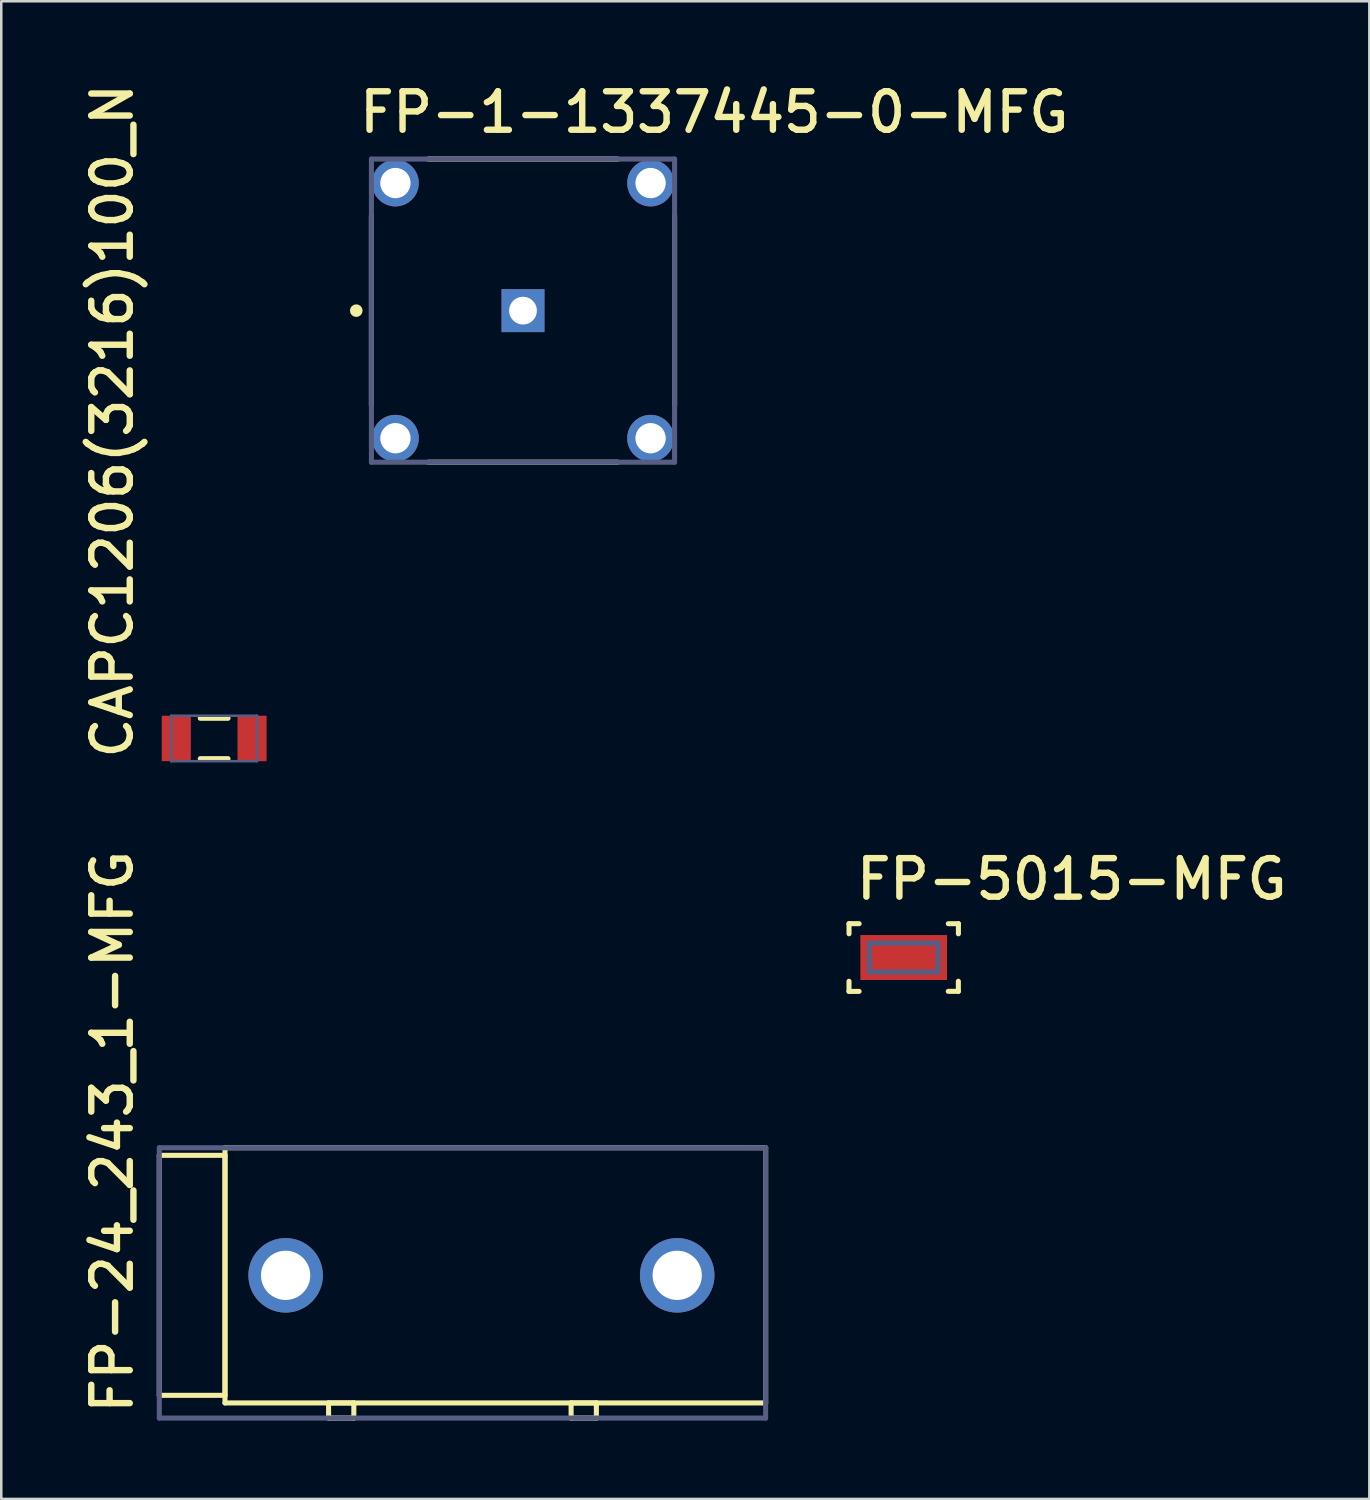
<source format=kicad_pcb>
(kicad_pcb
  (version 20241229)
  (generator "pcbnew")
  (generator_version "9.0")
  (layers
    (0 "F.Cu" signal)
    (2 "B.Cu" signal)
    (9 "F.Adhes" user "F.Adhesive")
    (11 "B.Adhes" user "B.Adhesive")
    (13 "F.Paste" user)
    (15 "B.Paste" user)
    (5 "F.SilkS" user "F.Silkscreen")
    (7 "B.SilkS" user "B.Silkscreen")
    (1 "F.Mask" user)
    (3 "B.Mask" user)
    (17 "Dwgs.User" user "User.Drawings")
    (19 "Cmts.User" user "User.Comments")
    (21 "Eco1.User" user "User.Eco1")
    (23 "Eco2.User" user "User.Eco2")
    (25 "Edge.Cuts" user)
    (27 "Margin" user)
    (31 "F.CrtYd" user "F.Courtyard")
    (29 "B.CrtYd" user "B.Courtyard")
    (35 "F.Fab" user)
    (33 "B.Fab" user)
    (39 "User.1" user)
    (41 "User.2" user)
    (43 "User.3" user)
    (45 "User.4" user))
  (footprint "FP-5015-MFG"
    (layer "F.Cu")
    (at 32.721 34.852)
    (property "Reference" "FP-5015-MFG" (at -2.007 -2.21 0) (unlocked yes) (layer "F.SilkS") (effects (font (size 1.524 1.524) (thickness 0.254)) (justify left bottom)))
    (fp_line (start -2.165 1.34) (end -2.165 0.94) (stroke (width 0.2) (type solid)) (layer "F.SilkS"))
    (fp_line (start -2.165 1.34) (end -1.765 1.34) (stroke (width 0.2) (type solid)) (layer "F.SilkS"))
    (fp_line (start -2.164 -1.34) (end -1.764 -1.34) (stroke (width 0.2) (type solid)) (layer "F.SilkS"))
    (fp_line (start -2.164 -0.94) (end -2.164 -1.34) (stroke (width 0.2) (type solid)) (layer "F.SilkS"))
    (fp_line (start 1.764 1.339) (end 2.164 1.339) (stroke (width 0.2) (type solid)) (layer "F.SilkS"))
    (fp_line (start 1.766 -1.339) (end 2.166 -1.339) (stroke (width 0.2) (type solid)) (layer "F.SilkS"))
    (fp_line (start 2.164 1.339) (end 2.164 0.939) (stroke (width 0.2) (type solid)) (layer "F.SilkS"))
    (fp_line (start 2.166 -0.939) (end 2.166 -1.339) (stroke (width 0.2) (type solid)) (layer "F.SilkS"))
    (fp_line (start -1.815 -0.99) (end 1.815 -0.99) (stroke (width 0.2) (type solid)) (layer "Eco1.User"))
    (fp_line (start -1.815 0.99) (end -1.815 -0.99) (stroke (width 0.2) (type solid)) (layer "Eco1.User"))
    (fp_line (start -1.815 0.99) (end 1.815 0.99) (stroke (width 0.2) (type solid)) (layer "Eco1.User"))
    (fp_line (start -0.5 0) (end 0.5 0) (stroke (width 0.1) (type solid)) (layer "Eco1.User"))
    (fp_line (start 0 0.5) (end 0 -0.5) (stroke (width 0.1) (type solid)) (layer "Eco1.User"))
    (fp_line (start 1.815 0.99) (end 1.815 -0.99) (stroke (width 0.2) (type solid)) (layer "Eco1.User"))
    (fp_line (start -1.359 -0.572) (end 1.359 -0.572) (stroke (width 0.2) (type solid)) (layer "B.Fab"))
    (fp_line (start -1.359 0.572) (end -1.359 -0.572) (stroke (width 0.2) (type solid)) (layer "B.Fab"))
    (fp_line (start -1.359 0.572) (end 1.359 0.572) (stroke (width 0.2) (type solid)) (layer "B.Fab"))
    (fp_line (start 1.359 0.572) (end 1.359 -0.572) (stroke (width 0.2) (type solid)) (layer "B.Fab"))
    (fp_line (start -1.815 -0.99) (end 1.815 -0.99) (stroke (width 0.2) (type solid)) (layer "User.5"))
    (fp_line (start -1.815 0.99) (end -1.815 -0.99) (stroke (width 0.2) (type solid)) (layer "User.5"))
    (fp_line (start -1.815 0.99) (end 1.815 0.99) (stroke (width 0.2) (type solid)) (layer "User.5"))
    (fp_line (start 1.815 0.99) (end 1.815 -0.99) (stroke (width 0.2) (type solid)) (layer "User.5"))
    (fp_text user "${REFERENCE}" (at -0.002 0.177 0) (unlocked yes) (layer "User.5") (effects (font (size 0.5 0.5) (thickness 0.1)) (justify left bottom)))
    (pad "1" smd rect (at 0 0) (size 3.43 1.78) (layers "F.Cu" "F.Mask" "F.Paste")))
  (footprint "FP-1-1337445-0-MFG"
    (layer "F.Cu")
    (at 17.652 9.246)
    (property "Reference" "FP-1-1337445-0-MFG" (at -6.604 -6.96 0) (unlocked yes) (layer "F.SilkS") (effects (font (size 1.524 1.524) (thickness 0.254)) (justify left bottom)))
    (fp_line (start -6 3.75) (end -6 -3.75) (stroke (width 0.2) (type solid)) (layer "F.SilkS"))
    (fp_line (start -3.75 -6) (end 3.75 -6) (stroke (width 0.2) (type solid)) (layer "F.SilkS"))
    (fp_line (start -3.75 6) (end 3.75 6) (stroke (width 0.2) (type solid)) (layer "F.SilkS"))
    (fp_line (start 6 3.75) (end 6 -3.75) (stroke (width 0.2) (type solid)) (layer "F.SilkS"))
    (fp_circle (center -6.6 0) (end -6.6 -0.125) (stroke (width 0.25) (type solid)) (fill no) (layer "F.SilkS"))
    (fp_line (start -6.1 -6.1) (end 6.1 -6.1) (stroke (width 0.2) (type solid)) (layer "Eco1.User"))
    (fp_line (start -6.1 6.1) (end -6.1 -6.1) (stroke (width 0.2) (type solid)) (layer "Eco1.User"))
    (fp_line (start -6.1 6.1) (end 6.1 6.1) (stroke (width 0.2) (type solid)) (layer "Eco1.User"))
    (fp_line (start -0.5 -0.00001) (end 0.5 -0.00001) (stroke (width 0.1) (type solid)) (layer "Eco1.User"))
    (fp_line (start 0 0.5) (end 0 -0.5) (stroke (width 0.1) (type solid)) (layer "Eco1.User"))
    (fp_line (start 6.1 6.1) (end 6.1 -6.1) (stroke (width 0.2) (type solid)) (layer "Eco1.User"))
    (fp_line (start -6 -6) (end 6 -6) (stroke (width 0.2) (type solid)) (layer "B.Fab"))
    (fp_line (start -6 6) (end -6 -6) (stroke (width 0.2) (type solid)) (layer "B.Fab"))
    (fp_line (start -6 6) (end 6 6) (stroke (width 0.2) (type solid)) (layer "B.Fab"))
    (fp_line (start 6 6) (end 6 -6) (stroke (width 0.2) (type solid)) (layer "B.Fab"))
    (fp_line (start -6.1 -6.1) (end 6.1 -6.1) (stroke (width 0.2) (type solid)) (layer "User.5"))
    (fp_line (start -6.1 6.1) (end -6.1 -6.1) (stroke (width 0.2) (type solid)) (layer "User.5"))
    (fp_line (start -6.1 6.1) (end 6.1 6.1) (stroke (width 0.2) (type solid)) (layer "User.5"))
    (fp_line (start 6.1 6.1) (end 6.1 -6.1) (stroke (width 0.2) (type solid)) (layer "User.5"))
    (fp_text user "${REFERENCE}" (at -0.002 -0.011 0) (unlocked yes) (layer "User.5") (effects (font (size 0.5 0.5) (thickness 0.1)) (justify left bottom)))
    (pad "1" thru_hole rect (at 0 -0.00001) (size 1.7 1.7) (drill 1.1) (layers "*.Cu" "*.Mask"))
    (pad "2" thru_hole circle (at -5.05 -5.05) (size 1.85 1.85) (drill 1.2) (layers "*.Cu" "*.Mask"))
    (pad "3" thru_hole circle (at 5.05 -5.05) (size 1.85 1.85) (drill 1.2) (layers "*.Cu" "*.Mask"))
    (pad "4" thru_hole circle (at -5.05 5.05) (size 1.85 1.85) (drill 1.2) (layers "*.Cu" "*.Mask"))
    (pad "5" thru_hole circle (at 5.05 5.05) (size 1.85 1.85) (drill 1.2) (layers "*.Cu" "*.Mask")))
  (footprint "CAPC1206(3216)100_N"
    (layer "F.Cu")
    (at 5.427 26.181)
    (property "Reference" "CAPC1206(3216)100_N" (at -3.141 0.91 90) (unlocked yes) (layer "F.SilkS") (effects (font (size 1.524 1.524) (thickness 0.254)) (justify left bottom)))
    (fp_line (start 0.55 -0.8) (end -0.55 -0.8) (stroke (width 0.2) (type solid)) (layer "F.SilkS"))
    (fp_line (start 0.55 0.8) (end -0.55 0.8) (stroke (width 0.2) (type solid)) (layer "F.SilkS"))
    (fp_line (start -2.35 1.15) (end -2.35 -1.15) (stroke (width 0.05) (type solid)) (layer "Eco1.User"))
    (fp_line (start 0 0.5) (end 0 -0.5) (stroke (width 0.1) (type solid)) (layer "Eco1.User"))
    (fp_line (start 0.5 0) (end -0.5 0) (stroke (width 0.1) (type solid)) (layer "Eco1.User"))
    (fp_line (start 2.35 -1.15) (end -2.35 -1.15) (stroke (width 0.05) (type solid)) (layer "Eco1.User"))
    (fp_line (start 2.35 1.15) (end -2.35 1.15) (stroke (width 0.05) (type solid)) (layer "Eco1.User"))
    (fp_line (start 2.35 1.15) (end 2.35 -1.15) (stroke (width 0.05) (type solid)) (layer "Eco1.User"))
    (fp_line (start -1.7 0.9) (end -1.7 -0.9) (stroke (width 0.1) (type solid)) (layer "B.Fab"))
    (fp_line (start 1.7 -0.9) (end -1.7 -0.9) (stroke (width 0.1) (type solid)) (layer "B.Fab"))
    (fp_line (start 1.7 0.9) (end -1.7 0.9) (stroke (width 0.1) (type solid)) (layer "B.Fab"))
    (fp_line (start 1.7 0.9) (end 1.7 -0.9) (stroke (width 0.1) (type solid)) (layer "B.Fab"))
    (pad "1" smd rect (at -1.5 0 90) (size 1.8 1.15) (layers "F.Cu" "F.Mask" "F.Paste"))
    (pad "2" smd rect (at 1.5 0 90) (size 1.8 1.15) (layers "F.Cu" "F.Mask" "F.Paste")))
  (footprint "FP-24_243_1-MFG"
    (layer "F.Cu")
    (at 15.256 47.732)
    (property "Reference" "FP-24_243_1-MFG" (at -12.97 5.288 90) (unlocked yes) (layer "F.SilkS") (effects (font (size 1.524 1.524) (thickness 0.254)) (justify left bottom)))
    (fp_line (start -12 4.45) (end -12 -5.05) (stroke (width 0.2) (type solid)) (layer "F.SilkS"))
    (fp_line (start -9.4 -5.05) (end -12 -5.05) (stroke (width 0.2) (type solid)) (layer "F.SilkS"))
    (fp_line (start -9.4 4.45) (end -12 4.45) (stroke (width 0.2) (type solid)) (layer "F.SilkS"))
    (fp_line (start -9.4 4.45) (end -9.4 -5.05) (stroke (width 0.2) (type solid)) (layer "F.SilkS"))
    (fp_line (start -9.4 4.75) (end -9.4 -5.35) (stroke (width 0.2) (type solid)) (layer "F.SilkS"))
    (fp_line (start -5.3 5.35) (end -5.3 4.75) (stroke (width 0.2) (type solid)) (layer "F.SilkS"))
    (fp_line (start -4.3 4.75) (end -5.3 4.75) (stroke (width 0.2) (type solid)) (layer "F.SilkS"))
    (fp_line (start -4.3 5.35) (end -5.3 5.35) (stroke (width 0.2) (type solid)) (layer "F.SilkS"))
    (fp_line (start -4.3 5.35) (end -4.3 4.75) (stroke (width 0.2) (type solid)) (layer "F.SilkS"))
    (fp_line (start 4.3 5.35) (end 4.3 4.75) (stroke (width 0.2) (type solid)) (layer "F.SilkS"))
    (fp_line (start 5.3 4.75) (end 4.3 4.75) (stroke (width 0.2) (type solid)) (layer "F.SilkS"))
    (fp_line (start 5.3 5.35) (end 4.3 5.35) (stroke (width 0.2) (type solid)) (layer "F.SilkS"))
    (fp_line (start 5.3 5.35) (end 5.3 4.75) (stroke (width 0.2) (type solid)) (layer "F.SilkS"))
    (fp_line (start 12 -5.35) (end -9.4 -5.35) (stroke (width 0.2) (type solid)) (layer "F.SilkS"))
    (fp_line (start 12 4.75) (end -9.4 4.75) (stroke (width 0.2) (type solid)) (layer "F.SilkS"))
    (fp_line (start 12 4.75) (end 12 -5.35) (stroke (width 0.2) (type solid)) (layer "F.SilkS"))
    (fp_line (start -12.1 5.45) (end -12.1 -5.45) (stroke (width 0.2) (type solid)) (layer "Eco1.User"))
    (fp_line (start 0 0.5) (end 0 -0.5) (stroke (width 0.1) (type solid)) (layer "Eco1.User"))
    (fp_line (start 0.5 0) (end -0.5 0) (stroke (width 0.1) (type solid)) (layer "Eco1.User"))
    (fp_line (start 12.1 -5.45) (end -12.1 -5.45) (stroke (width 0.2) (type solid)) (layer "Eco1.User"))
    (fp_line (start 12.1 5.45) (end -12.1 5.45) (stroke (width 0.2) (type solid)) (layer "Eco1.User"))
    (fp_line (start 12.1 5.45) (end 12.1 -5.45) (stroke (width 0.2) (type solid)) (layer "Eco1.User"))
    (fp_line (start -12 5.35) (end -12 -5.35) (stroke (width 0.2) (type solid)) (layer "B.Fab"))
    (fp_line (start 12 -5.35) (end -12 -5.35) (stroke (width 0.2) (type solid)) (layer "B.Fab"))
    (fp_line (start 12 5.35) (end -12 5.35) (stroke (width 0.2) (type solid)) (layer "B.Fab"))
    (fp_line (start 12 5.35) (end 12 -5.35) (stroke (width 0.2) (type solid)) (layer "B.Fab"))
    (fp_line (start -12.1 5.45) (end -12.1 -5.45) (stroke (width 0.2) (type solid)) (layer "User.5"))
    (fp_line (start 12.1 -5.45) (end -12.1 -5.45) (stroke (width 0.2) (type solid)) (layer "User.5"))
    (fp_line (start 12.1 5.45) (end -12.1 5.45) (stroke (width 0.2) (type solid)) (layer "User.5"))
    (fp_line (start 12.1 5.45) (end 12.1 -5.45) (stroke (width 0.2) (type solid)) (layer "User.5"))
    (fp_text user "${REFERENCE}" (at -0.002 -0.011 0) (unlocked yes) (layer "User.5") (effects (font (size 0.5 0.5) (thickness 0.1)) (justify left bottom)))
    (pad "1" thru_hole circle (at -7 -0.3) (size 2.95 2.95) (drill 1.95) (layers "*.Cu" "*.Mask"))
    (pad "1" thru_hole circle (at 8.5 -0.3) (size 2.95 2.95) (drill 1.95) (layers "*.Cu" "*.Mask")))
  (gr_rect
    (start -3 -3)
    (end 51.153 56.282)
    (stroke (width 0.1) (type default))
    (fill no)
    (layer "Edge.Cuts")))
</source>
